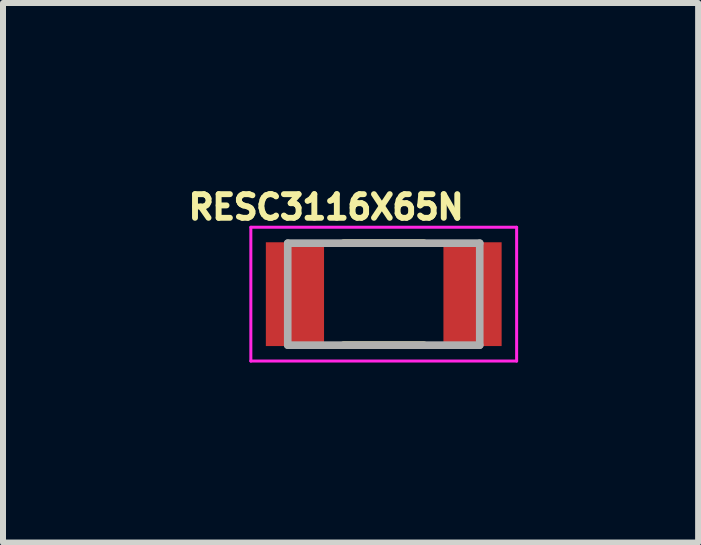
<source format=kicad_pcb>
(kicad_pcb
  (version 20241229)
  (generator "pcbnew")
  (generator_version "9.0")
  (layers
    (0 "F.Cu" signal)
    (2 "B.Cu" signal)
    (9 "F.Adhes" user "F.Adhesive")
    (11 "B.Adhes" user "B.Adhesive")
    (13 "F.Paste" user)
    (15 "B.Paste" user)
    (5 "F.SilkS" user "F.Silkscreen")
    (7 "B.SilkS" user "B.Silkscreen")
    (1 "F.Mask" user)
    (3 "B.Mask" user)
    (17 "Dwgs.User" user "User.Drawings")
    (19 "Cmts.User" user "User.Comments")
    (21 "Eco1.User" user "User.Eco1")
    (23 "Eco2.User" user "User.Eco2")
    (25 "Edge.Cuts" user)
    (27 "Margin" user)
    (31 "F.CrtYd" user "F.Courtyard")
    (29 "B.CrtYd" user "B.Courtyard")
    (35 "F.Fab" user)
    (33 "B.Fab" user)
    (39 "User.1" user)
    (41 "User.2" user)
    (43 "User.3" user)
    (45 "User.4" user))
  (footprint "RESC3116X65N"
    (layer "F.Cu")
    (at 3.346 1.853)
    (property "Reference" "RESC3116X65N" (at -0.96 -1.45 0) (layer "F.SilkS") (effects (font (size 0.394 0.394) (thickness 0.15))))
    (attr through_hole)
    (fp_line (start -0.67 -0.85) (end 0.67 -0.85) (stroke (width 0.127) (type solid)) (layer "F.SilkS"))
    (fp_line (start -0.67 0.85) (end 0.67 0.85) (stroke (width 0.127) (type solid)) (layer "F.SilkS"))
    (fp_line (start -2.215 -1.115) (end 2.215 -1.115) (stroke (width 0.05) (type solid)) (layer "F.CrtYd"))
    (fp_line (start -2.215 1.115) (end -2.215 -1.115) (stroke (width 0.05) (type solid)) (layer "F.CrtYd"))
    (fp_line (start -2.215 1.115) (end 2.215 1.115) (stroke (width 0.05) (type solid)) (layer "F.CrtYd"))
    (fp_line (start 2.215 1.115) (end 2.215 -1.115) (stroke (width 0.05) (type solid)) (layer "F.CrtYd"))
    (fp_line (start -1.6 0.85) (end -1.6 -0.85) (stroke (width 0.127) (type solid)) (layer "F.Fab"))
    (fp_line (start 1.6 -0.85) (end -1.6 -0.85) (stroke (width 0.127) (type solid)) (layer "F.Fab"))
    (fp_line (start 1.6 0.85) (end -1.6 0.85) (stroke (width 0.127) (type solid)) (layer "F.Fab"))
    (fp_line (start 1.6 0.85) (end 1.6 -0.85) (stroke (width 0.127) (type solid)) (layer "F.Fab"))
    (pad "1" smd rect (at -1.48 0) (size 0.97 1.73) (layers "F.Cu" "F.Mask" "F.Paste"))
    (pad "2" smd rect (at 1.48 0) (size 0.97 1.73) (layers "F.Cu" "F.Mask" "F.Paste")))
  (gr_rect
    (start -3 -3)
    (end 8.586 5.993)
    (stroke (width 0.1) (type default))
    (fill no)
    (layer "Edge.Cuts")))
</source>
